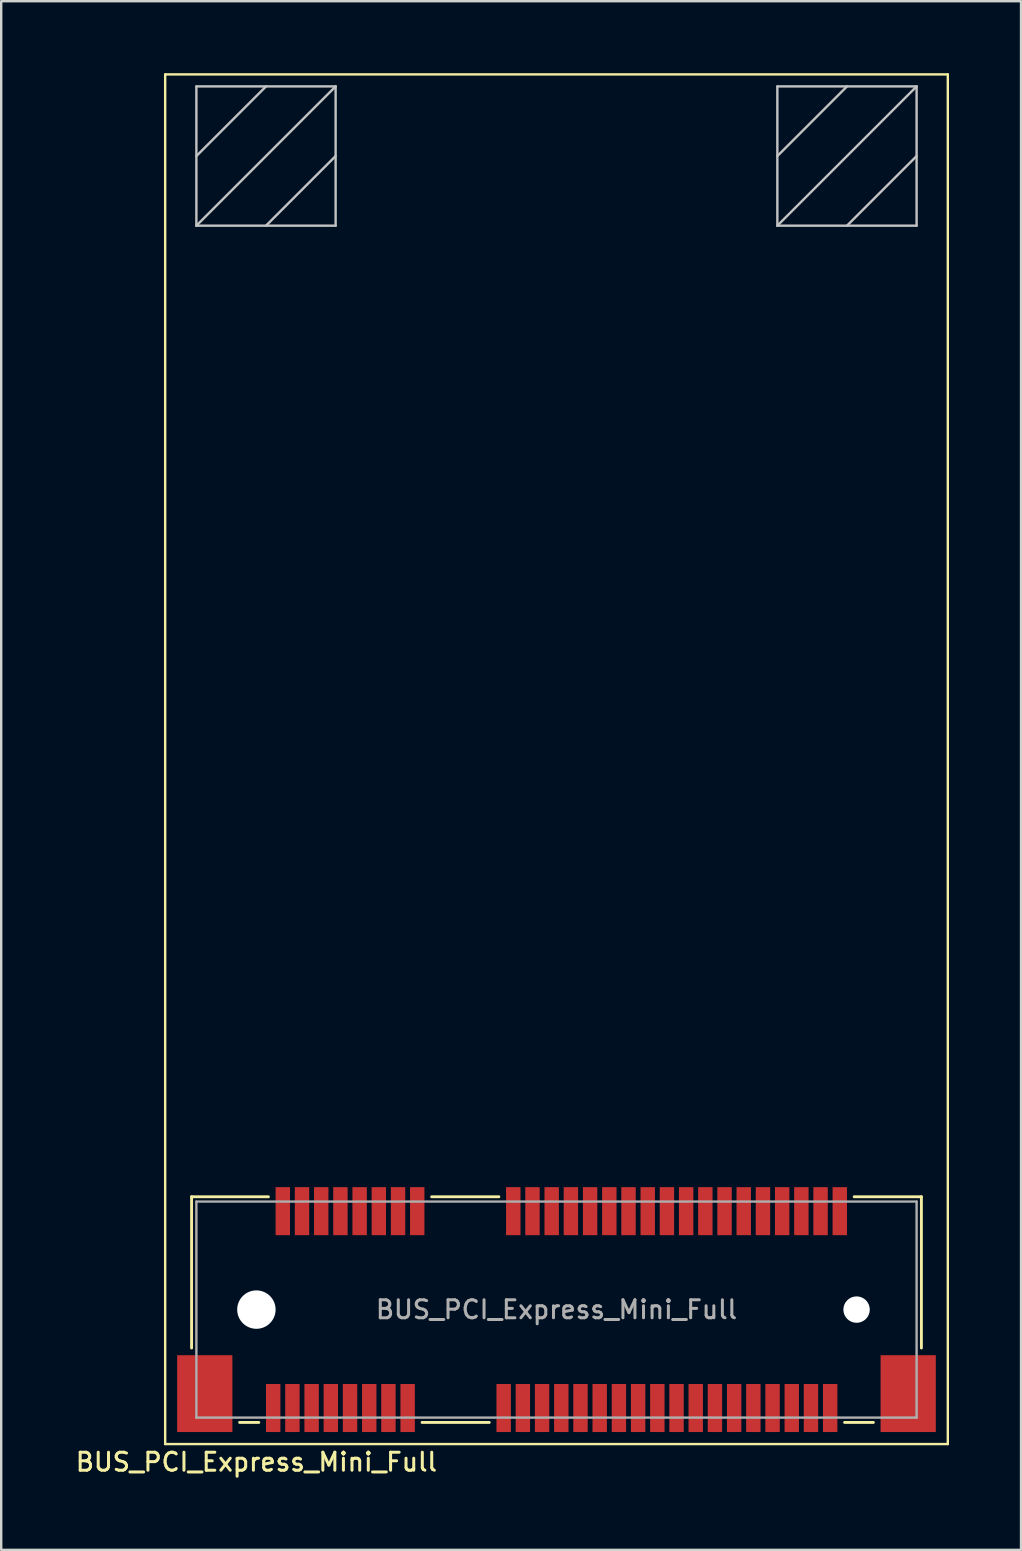
<source format=kicad_pcb>
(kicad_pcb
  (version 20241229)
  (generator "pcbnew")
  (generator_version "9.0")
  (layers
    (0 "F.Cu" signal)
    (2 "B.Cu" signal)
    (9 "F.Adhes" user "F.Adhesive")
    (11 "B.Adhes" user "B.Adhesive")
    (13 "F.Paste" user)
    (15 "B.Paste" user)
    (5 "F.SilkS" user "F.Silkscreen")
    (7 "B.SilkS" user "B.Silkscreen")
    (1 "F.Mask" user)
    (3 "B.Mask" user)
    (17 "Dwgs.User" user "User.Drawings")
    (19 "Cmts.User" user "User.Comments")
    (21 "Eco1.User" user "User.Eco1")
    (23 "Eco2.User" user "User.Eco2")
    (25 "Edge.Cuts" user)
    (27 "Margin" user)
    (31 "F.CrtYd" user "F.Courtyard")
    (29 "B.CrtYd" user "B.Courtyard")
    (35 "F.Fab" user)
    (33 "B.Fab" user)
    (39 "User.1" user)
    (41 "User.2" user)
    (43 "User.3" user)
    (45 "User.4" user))
  (footprint "BUS_PCI_Express_Mini_Full"
    (layer "F.Cu")
    (at 20.13 51.5)
    (property "Reference" "BUS_PCI_Express_Mini_Full" (at -12.5 6.35 180) (layer "F.SilkS") (effects (font (size 0.75 0.75) (thickness 0.125))))
    (attr smd)
    (fp_line (start -16.3 -51.45) (end 16.3 -51.45) (stroke (width 0.1) (type solid)) (layer "F.SilkS"))
    (fp_line (start -16.3 5.6) (end -16.3 -51.45) (stroke (width 0.1) (type solid)) (layer "F.SilkS"))
    (fp_line (start -15.2 -4.7) (end -15.2 1.6) (stroke (width 0.12) (type solid)) (layer "F.SilkS"))
    (fp_line (start -13.2 4.7) (end -12.4 4.7) (stroke (width 0.12) (type solid)) (layer "F.SilkS"))
    (fp_line (start -12 -4.7) (end -15.2 -4.7) (stroke (width 0.12) (type solid)) (layer "F.SilkS"))
    (fp_line (start -5.6 4.7) (end -2.8 4.7) (stroke (width 0.12) (type solid)) (layer "F.SilkS"))
    (fp_line (start -2.4 -4.7) (end -5.2 -4.7) (stroke (width 0.12) (type solid)) (layer "F.SilkS"))
    (fp_line (start 12 4.7) (end 13.2 4.7) (stroke (width 0.12) (type solid)) (layer "F.SilkS"))
    (fp_line (start 15.2 -4.7) (end 12.4 -4.7) (stroke (width 0.12) (type solid)) (layer "F.SilkS"))
    (fp_line (start 15.2 1.6) (end 15.2 -4.7) (stroke (width 0.12) (type solid)) (layer "F.SilkS"))
    (fp_line (start 16.3 -51.45) (end 16.3 5.6) (stroke (width 0.1) (type solid)) (layer "F.SilkS"))
    (fp_line (start 16.3 5.6) (end -16.3 5.6) (stroke (width 0.1) (type solid)) (layer "F.SilkS"))
    (fp_line (start -15 -50.95) (end -15 -45.15) (stroke (width 0.1) (type solid)) (layer "Dwgs.User"))
    (fp_line (start -15 -50.95) (end -9.2 -50.95) (stroke (width 0.1) (type solid)) (layer "Dwgs.User"))
    (fp_line (start -15 -45.15) (end -9.2 -45.15) (stroke (width 0.1) (type solid)) (layer "Dwgs.User"))
    (fp_line (start -12.1 -50.95) (end -15 -48.05) (stroke (width 0.1) (type solid)) (layer "Dwgs.User"))
    (fp_line (start -9.2 -50.95) (end -15 -45.15) (stroke (width 0.1) (type solid)) (layer "Dwgs.User"))
    (fp_line (start -9.2 -50.95) (end -9.2 -45.15) (stroke (width 0.1) (type solid)) (layer "Dwgs.User"))
    (fp_line (start -9.2 -48.05) (end -12.1 -45.15) (stroke (width 0.1) (type solid)) (layer "Dwgs.User"))
    (fp_line (start 9.2 -50.95) (end 9.2 -45.15) (stroke (width 0.1) (type solid)) (layer "Dwgs.User"))
    (fp_line (start 9.2 -50.95) (end 15 -50.95) (stroke (width 0.1) (type solid)) (layer "Dwgs.User"))
    (fp_line (start 9.2 -45.15) (end 15 -45.15) (stroke (width 0.1) (type solid)) (layer "Dwgs.User"))
    (fp_line (start 12.1 -50.95) (end 9.2 -48.05) (stroke (width 0.1) (type solid)) (layer "Dwgs.User"))
    (fp_line (start 15 -50.95) (end 9.2 -45.15) (stroke (width 0.1) (type solid)) (layer "Dwgs.User"))
    (fp_line (start 15 -50.95) (end 15 -45.15) (stroke (width 0.1) (type solid)) (layer "Dwgs.User"))
    (fp_line (start 15 -48.05) (end 12.1 -45.15) (stroke (width 0.1) (type solid)) (layer "Dwgs.User"))
    (fp_line (start -15 -4.5) (end -15 4.5) (stroke (width 0.1) (type solid)) (layer "F.Fab"))
    (fp_line (start -15 4.5) (end 15 4.5) (stroke (width 0.1) (type solid)) (layer "F.Fab"))
    (fp_line (start 15 -4.5) (end -15 -4.5) (stroke (width 0.1) (type solid)) (layer "F.Fab"))
    (fp_line (start 15 4.5) (end 15 -4.5) (stroke (width 0.1) (type solid)) (layer "F.Fab"))
    (fp_text user "${REFERENCE}" (at 0 0 0) (layer "F.Fab") (effects (font (size 0.75 0.75) (thickness 0.125))))
    (pad "" np_thru_hole circle (at -12.5 0) (size 1.6 1.6) (drill 1.6) (layers "*.Cu" "*.Mask"))
    (pad "" np_thru_hole circle (at 12.5 0) (size 1.1 1.1) (drill 1.1) (layers "*.Cu" "*.Mask"))
    (pad "1" smd rect (at -11.8 4.1) (size 0.6 2) (layers "F.Cu" "F.Mask" "F.Paste"))
    (pad "2" smd rect (at -11.4 -4.1) (size 0.6 2) (layers "F.Cu" "F.Mask" "F.Paste"))
    (pad "3" smd rect (at -11 4.1) (size 0.6 2) (layers "F.Cu" "F.Mask" "F.Paste"))
    (pad "4" smd rect (at -10.6 -4.1) (size 0.6 2) (layers "F.Cu" "F.Mask" "F.Paste"))
    (pad "5" smd rect (at -10.2 4.1) (size 0.6 2) (layers "F.Cu" "F.Mask" "F.Paste"))
    (pad "6" smd rect (at -9.8 -4.1) (size 0.6 2) (layers "F.Cu" "F.Mask" "F.Paste"))
    (pad "7" smd rect (at -9.4 4.1) (size 0.6 2) (layers "F.Cu" "F.Mask" "F.Paste"))
    (pad "8" smd rect (at -9 -4.1) (size 0.6 2) (layers "F.Cu" "F.Mask" "F.Paste"))
    (pad "9" smd rect (at -8.6 4.1) (size 0.6 2) (layers "F.Cu" "F.Mask" "F.Paste"))
    (pad "10" smd rect (at -8.2 -4.1) (size 0.6 2) (layers "F.Cu" "F.Mask" "F.Paste"))
    (pad "11" smd rect (at -7.8 4.1) (size 0.6 2) (layers "F.Cu" "F.Mask" "F.Paste"))
    (pad "12" smd rect (at -7.4 -4.1) (size 0.6 2) (layers "F.Cu" "F.Mask" "F.Paste"))
    (pad "13" smd rect (at -7 4.1) (size 0.6 2) (layers "F.Cu" "F.Mask" "F.Paste"))
    (pad "14" smd rect (at -6.6 -4.1) (size 0.6 2) (layers "F.Cu" "F.Mask" "F.Paste"))
    (pad "15" smd rect (at -6.2 4.1) (size 0.6 2) (layers "F.Cu" "F.Mask" "F.Paste"))
    (pad "16" smd rect (at -5.8 -4.1) (size 0.6 2) (layers "F.Cu" "F.Mask" "F.Paste"))
    (pad "17" smd rect (at -2.2 4.1) (size 0.6 2) (layers "F.Cu" "F.Mask" "F.Paste"))
    (pad "18" smd rect (at -1.8 -4.1) (size 0.6 2) (layers "F.Cu" "F.Mask" "F.Paste"))
    (pad "19" smd rect (at -1.4 4.1) (size 0.6 2) (layers "F.Cu" "F.Mask" "F.Paste"))
    (pad "20" smd rect (at -1 -4.1) (size 0.6 2) (layers "F.Cu" "F.Mask" "F.Paste"))
    (pad "21" smd rect (at -0.6 4.1) (size 0.6 2) (layers "F.Cu" "F.Mask" "F.Paste"))
    (pad "22" smd rect (at -0.2 -4.1) (size 0.6 2) (layers "F.Cu" "F.Mask" "F.Paste"))
    (pad "23" smd rect (at 0.2 4.1) (size 0.6 2) (layers "F.Cu" "F.Mask" "F.Paste"))
    (pad "24" smd rect (at 0.6 -4.1) (size 0.6 2) (layers "F.Cu" "F.Mask" "F.Paste"))
    (pad "25" smd rect (at 1 4.1) (size 0.6 2) (layers "F.Cu" "F.Mask" "F.Paste"))
    (pad "26" smd rect (at 1.4 -4.1) (size 0.6 2) (layers "F.Cu" "F.Mask" "F.Paste"))
    (pad "27" smd rect (at 1.8 4.1) (size 0.6 2) (layers "F.Cu" "F.Mask" "F.Paste"))
    (pad "28" smd rect (at 2.2 -4.1) (size 0.6 2) (layers "F.Cu" "F.Mask" "F.Paste"))
    (pad "29" smd rect (at 2.6 4.1) (size 0.6 2) (layers "F.Cu" "F.Mask" "F.Paste"))
    (pad "30" smd rect (at 3 -4.1) (size 0.6 2) (layers "F.Cu" "F.Mask" "F.Paste"))
    (pad "31" smd rect (at 3.4 4.1) (size 0.6 2) (layers "F.Cu" "F.Mask" "F.Paste"))
    (pad "32" smd rect (at 3.8 -4.1) (size 0.6 2) (layers "F.Cu" "F.Mask" "F.Paste"))
    (pad "33" smd rect (at 4.2 4.1) (size 0.6 2) (layers "F.Cu" "F.Mask" "F.Paste"))
    (pad "34" smd rect (at 4.6 -4.1) (size 0.6 2) (layers "F.Cu" "F.Mask" "F.Paste"))
    (pad "35" smd rect (at 5 4.1) (size 0.6 2) (layers "F.Cu" "F.Mask" "F.Paste"))
    (pad "36" smd rect (at 5.4 -4.1) (size 0.6 2) (layers "F.Cu" "F.Mask" "F.Paste"))
    (pad "37" smd rect (at 5.8 4.1) (size 0.6 2) (layers "F.Cu" "F.Mask" "F.Paste"))
    (pad "38" smd rect (at 6.2 -4.1) (size 0.6 2) (layers "F.Cu" "F.Mask" "F.Paste"))
    (pad "39" smd rect (at 6.6 4.1) (size 0.6 2) (layers "F.Cu" "F.Mask" "F.Paste"))
    (pad "40" smd rect (at 7 -4.1) (size 0.6 2) (layers "F.Cu" "F.Mask" "F.Paste"))
    (pad "41" smd rect (at 7.4 4.1) (size 0.6 2) (layers "F.Cu" "F.Mask" "F.Paste"))
    (pad "42" smd rect (at 7.8 -4.1) (size 0.6 2) (layers "F.Cu" "F.Mask" "F.Paste"))
    (pad "43" smd rect (at 8.2 4.1) (size 0.6 2) (layers "F.Cu" "F.Mask" "F.Paste"))
    (pad "44" smd rect (at 8.6 -4.1) (size 0.6 2) (layers "F.Cu" "F.Mask" "F.Paste"))
    (pad "45" smd rect (at 9 4.1) (size 0.6 2) (layers "F.Cu" "F.Mask" "F.Paste"))
    (pad "46" smd rect (at 9.4 -4.1) (size 0.6 2) (layers "F.Cu" "F.Mask" "F.Paste"))
    (pad "47" smd rect (at 9.8 4.1) (size 0.6 2) (layers "F.Cu" "F.Mask" "F.Paste"))
    (pad "48" smd rect (at 10.2 -4.1) (size 0.6 2) (layers "F.Cu" "F.Mask" "F.Paste"))
    (pad "49" smd rect (at 10.6 4.1) (size 0.6 2) (layers "F.Cu" "F.Mask" "F.Paste"))
    (pad "50" smd rect (at 11 -4.1) (size 0.6 2) (layers "F.Cu" "F.Mask" "F.Paste"))
    (pad "51" smd rect (at 11.4 4.1) (size 0.6 2) (layers "F.Cu" "F.Mask" "F.Paste"))
    (pad "52" smd rect (at 11.8 -4.1) (size 0.6 2) (layers "F.Cu" "F.Mask" "F.Paste"))
    (pad "MP" smd rect (at -14.65 3.5) (size 2.3 3.2) (layers "F.Cu" "F.Mask" "F.Paste"))
    (pad "MP" smd rect (at 14.65 3.5) (size 2.3 3.2) (layers "F.Cu" "F.Mask" "F.Paste")))
  (gr_rect
    (start -3 -3)
    (end 39.48 61.508)
    (stroke (width 0.1) (type default))
    (fill no)
    (layer "Edge.Cuts")))
</source>
